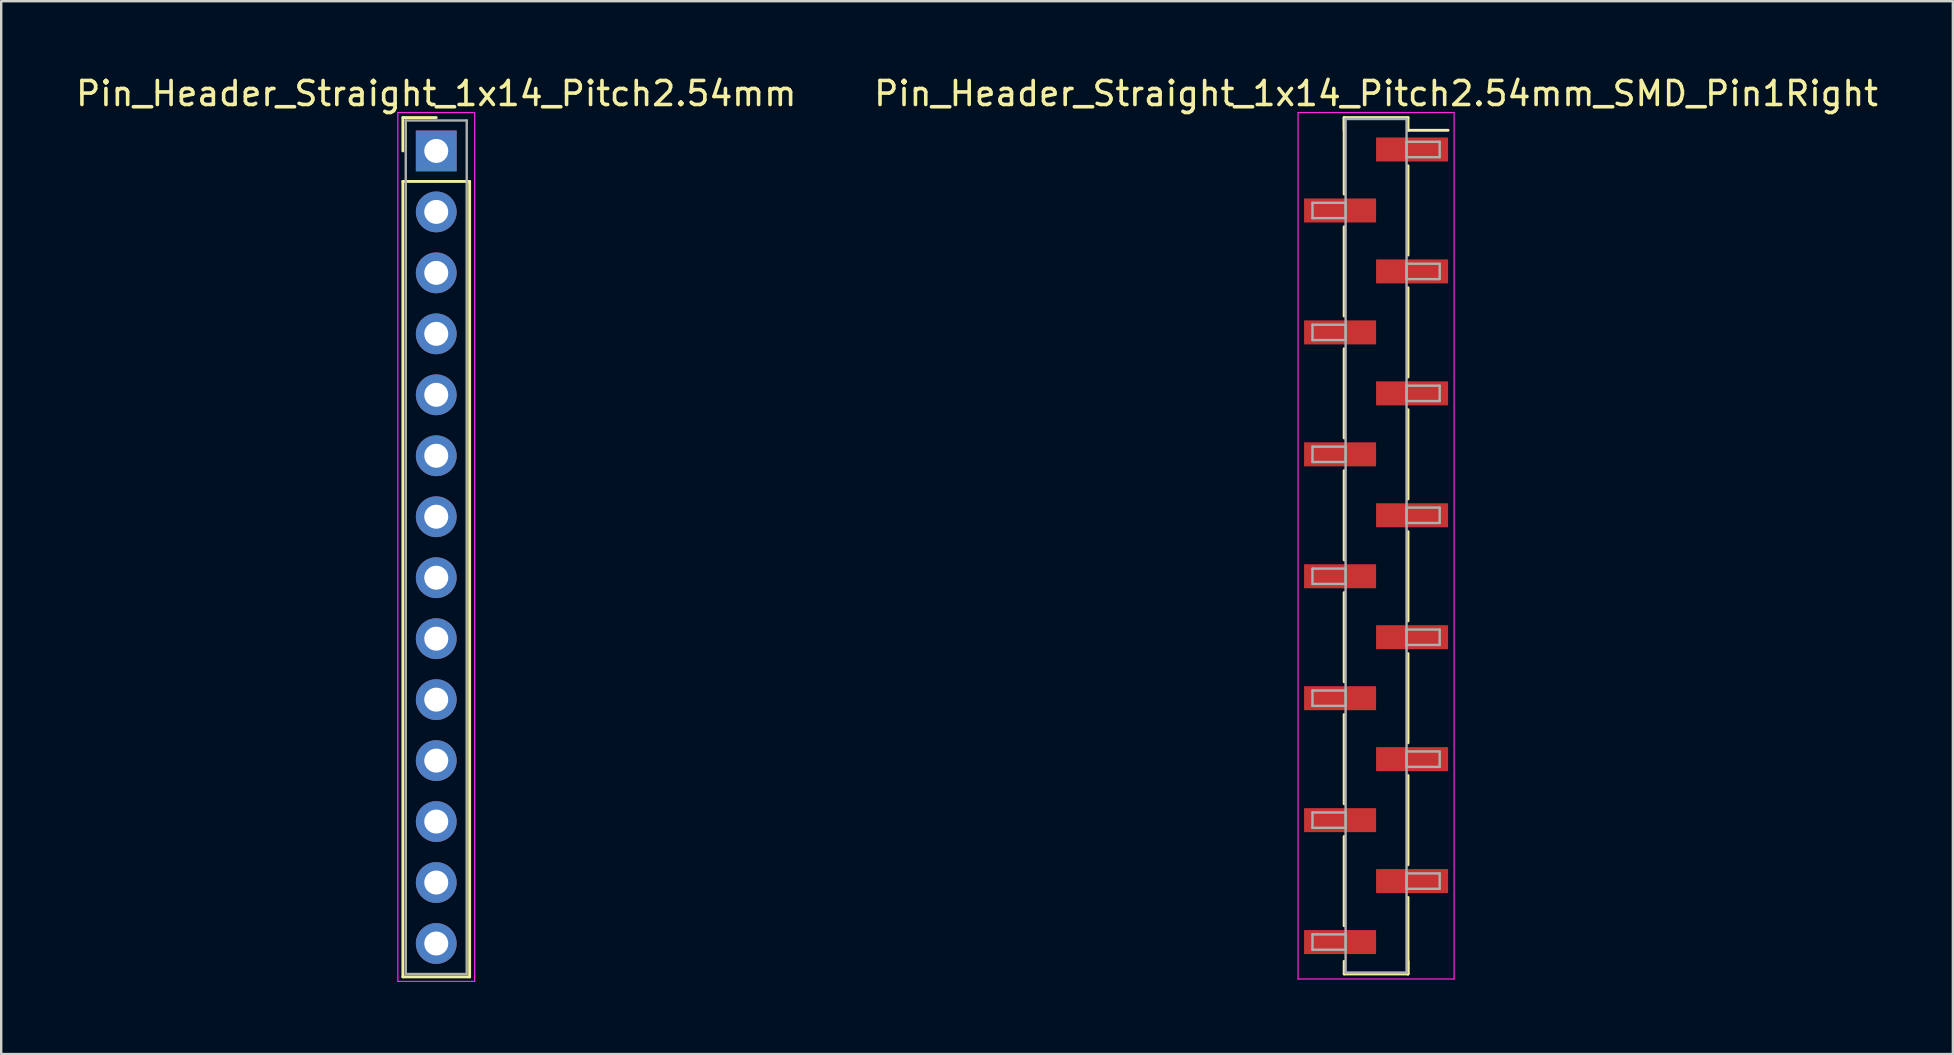
<source format=kicad_pcb>
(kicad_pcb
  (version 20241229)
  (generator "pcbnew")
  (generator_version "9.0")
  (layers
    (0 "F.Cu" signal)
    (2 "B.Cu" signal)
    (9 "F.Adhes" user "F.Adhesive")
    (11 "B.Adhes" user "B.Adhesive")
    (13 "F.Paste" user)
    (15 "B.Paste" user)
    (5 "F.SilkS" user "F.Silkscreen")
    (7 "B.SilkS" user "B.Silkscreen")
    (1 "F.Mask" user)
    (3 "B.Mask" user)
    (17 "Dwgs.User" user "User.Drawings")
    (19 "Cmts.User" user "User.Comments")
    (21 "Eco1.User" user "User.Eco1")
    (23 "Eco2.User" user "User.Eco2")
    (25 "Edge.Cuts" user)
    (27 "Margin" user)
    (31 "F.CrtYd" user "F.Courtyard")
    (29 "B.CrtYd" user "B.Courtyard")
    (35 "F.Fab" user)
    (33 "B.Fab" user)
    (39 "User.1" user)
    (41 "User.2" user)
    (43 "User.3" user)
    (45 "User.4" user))
  (footprint "Pin_Header_Straight_1x14_Pitch2.54mm"
    (layer "F.Cu")
    (at 15.125 3.238)
    (property "Reference" "Pin_Header_Straight_1x14_Pitch2.54mm" (at 0 -2.39 0) (layer "F.SilkS") (effects (font (size 1 1) (thickness 0.15))))
    (attr through_hole)
    (fp_line (start -1.39 -1.39) (end 0 -1.39) (stroke (width 0.12) (type solid)) (layer "F.SilkS"))
    (fp_line (start -1.39 0) (end -1.39 -1.39) (stroke (width 0.12) (type solid)) (layer "F.SilkS"))
    (fp_line (start -1.39 1.27) (end -1.39 34.41) (stroke (width 0.12) (type solid)) (layer "F.SilkS"))
    (fp_line (start -1.39 34.41) (end 1.39 34.41) (stroke (width 0.12) (type solid)) (layer "F.SilkS"))
    (fp_line (start 1.39 1.27) (end -1.39 1.27) (stroke (width 0.12) (type solid)) (layer "F.SilkS"))
    (fp_line (start 1.39 34.41) (end 1.39 1.27) (stroke (width 0.12) (type solid)) (layer "F.SilkS"))
    (fp_line (start -1.6 -1.6) (end -1.6 34.6) (stroke (width 0.05) (type solid)) (layer "F.CrtYd"))
    (fp_line (start -1.6 34.6) (end 1.6 34.6) (stroke (width 0.05) (type solid)) (layer "F.CrtYd"))
    (fp_line (start 1.6 -1.6) (end -1.6 -1.6) (stroke (width 0.05) (type solid)) (layer "F.CrtYd"))
    (fp_line (start 1.6 34.6) (end 1.6 -1.6) (stroke (width 0.05) (type solid)) (layer "F.CrtYd"))
    (fp_line (start -1.27 -1.27) (end -1.27 34.29) (stroke (width 0.1) (type solid)) (layer "F.Fab"))
    (fp_line (start -1.27 34.29) (end 1.27 34.29) (stroke (width 0.1) (type solid)) (layer "F.Fab"))
    (fp_line (start 1.27 -1.27) (end -1.27 -1.27) (stroke (width 0.1) (type solid)) (layer "F.Fab"))
    (fp_line (start 1.27 34.29) (end 1.27 -1.27) (stroke (width 0.1) (type solid)) (layer "F.Fab"))
    (pad "1" thru_hole rect (at 0 0) (size 1.7 1.7) (drill 1) (layers "*.Cu" "*.Mask"))
    (pad "2" thru_hole oval (at 0 2.54) (size 1.7 1.7) (drill 1) (layers "*.Cu" "*.Mask"))
    (pad "3" thru_hole oval (at 0 5.08) (size 1.7 1.7) (drill 1) (layers "*.Cu" "*.Mask"))
    (pad "4" thru_hole oval (at 0 7.62) (size 1.7 1.7) (drill 1) (layers "*.Cu" "*.Mask"))
    (pad "5" thru_hole oval (at 0 10.16) (size 1.7 1.7) (drill 1) (layers "*.Cu" "*.Mask"))
    (pad "6" thru_hole oval (at 0 12.7) (size 1.7 1.7) (drill 1) (layers "*.Cu" "*.Mask"))
    (pad "7" thru_hole oval (at 0 15.24) (size 1.7 1.7) (drill 1) (layers "*.Cu" "*.Mask"))
    (pad "8" thru_hole oval (at 0 17.78) (size 1.7 1.7) (drill 1) (layers "*.Cu" "*.Mask"))
    (pad "9" thru_hole oval (at 0 20.32) (size 1.7 1.7) (drill 1) (layers "*.Cu" "*.Mask"))
    (pad "10" thru_hole oval (at 0 22.86) (size 1.7 1.7) (drill 1) (layers "*.Cu" "*.Mask"))
    (pad "11" thru_hole oval (at 0 25.4) (size 1.7 1.7) (drill 1) (layers "*.Cu" "*.Mask"))
    (pad "12" thru_hole oval (at 0 27.94) (size 1.7 1.7) (drill 1) (layers "*.Cu" "*.Mask"))
    (pad "13" thru_hole oval (at 0 30.48) (size 1.7 1.7) (drill 1) (layers "*.Cu" "*.Mask"))
    (pad "14" thru_hole oval (at 0 33.02) (size 1.7 1.7) (drill 1) (layers "*.Cu" "*.Mask")))
  (footprint "Pin_Header_Straight_1x14_Pitch2.54mm_SMD_Pin1Right"
    (layer "F.Cu")
    (at 54.28 19.688)
    (property "Reference" "Pin_Header_Straight_1x14_Pitch2.54mm_SMD_Pin1Right" (at 0 -18.84 0) (layer "F.SilkS") (effects (font (size 1 1) (thickness 0.15))))
    (attr smd)
    (fp_line (start -1.33 -17.84) (end -1.33 -14.65) (stroke (width 0.12) (type solid)) (layer "F.SilkS"))
    (fp_line (start -1.33 -17.84) (end 1.33 -17.84) (stroke (width 0.12) (type solid)) (layer "F.SilkS"))
    (fp_line (start -1.33 -17.31) (end -1.33 -17.84) (stroke (width 0.12) (type solid)) (layer "F.SilkS"))
    (fp_line (start -1.33 -13.29) (end -1.33 -9.57) (stroke (width 0.12) (type solid)) (layer "F.SilkS"))
    (fp_line (start -1.33 -8.21) (end -1.33 -4.49) (stroke (width 0.12) (type solid)) (layer "F.SilkS"))
    (fp_line (start -1.33 -3.13) (end -1.33 0.59) (stroke (width 0.12) (type solid)) (layer "F.SilkS"))
    (fp_line (start -1.33 1.95) (end -1.33 5.67) (stroke (width 0.12) (type solid)) (layer "F.SilkS"))
    (fp_line (start -1.33 7.03) (end -1.33 10.75) (stroke (width 0.12) (type solid)) (layer "F.SilkS"))
    (fp_line (start -1.33 12.11) (end -1.33 15.83) (stroke (width 0.12) (type solid)) (layer "F.SilkS"))
    (fp_line (start -1.33 17.31) (end -1.33 17.84) (stroke (width 0.12) (type solid)) (layer "F.SilkS"))
    (fp_line (start -1.33 17.84) (end 1.33 17.84) (stroke (width 0.12) (type solid)) (layer "F.SilkS"))
    (fp_line (start 1.33 -17.84) (end 1.33 -17.31) (stroke (width 0.12) (type solid)) (layer "F.SilkS"))
    (fp_line (start 1.33 -17.31) (end 3 -17.31) (stroke (width 0.12) (type solid)) (layer "F.SilkS"))
    (fp_line (start 1.33 -15.83) (end 1.33 -12.11) (stroke (width 0.12) (type solid)) (layer "F.SilkS"))
    (fp_line (start 1.33 -10.75) (end 1.33 -7.03) (stroke (width 0.12) (type solid)) (layer "F.SilkS"))
    (fp_line (start 1.33 -5.67) (end 1.33 -1.95) (stroke (width 0.12) (type solid)) (layer "F.SilkS"))
    (fp_line (start 1.33 -0.59) (end 1.33 3.13) (stroke (width 0.12) (type solid)) (layer "F.SilkS"))
    (fp_line (start 1.33 4.49) (end 1.33 8.21) (stroke (width 0.12) (type solid)) (layer "F.SilkS"))
    (fp_line (start 1.33 9.57) (end 1.33 13.29) (stroke (width 0.12) (type solid)) (layer "F.SilkS"))
    (fp_line (start 1.33 14.65) (end 1.33 17.84) (stroke (width 0.12) (type solid)) (layer "F.SilkS"))
    (fp_line (start 1.33 17.84) (end 1.33 17.31) (stroke (width 0.12) (type solid)) (layer "F.SilkS"))
    (fp_line (start -3.25 -18.05) (end -3.25 18.05) (stroke (width 0.05) (type solid)) (layer "F.CrtYd"))
    (fp_line (start -3.25 18.05) (end 3.25 18.05) (stroke (width 0.05) (type solid)) (layer "F.CrtYd"))
    (fp_line (start 3.25 -18.05) (end -3.25 -18.05) (stroke (width 0.05) (type solid)) (layer "F.CrtYd"))
    (fp_line (start 3.25 18.05) (end 3.25 -18.05) (stroke (width 0.05) (type solid)) (layer "F.CrtYd"))
    (fp_line (start -2.65 -14.29) (end -1.27 -14.29) (stroke (width 0.1) (type solid)) (layer "F.Fab"))
    (fp_line (start -2.65 -13.65) (end -2.65 -14.29) (stroke (width 0.1) (type solid)) (layer "F.Fab"))
    (fp_line (start -2.65 -9.21) (end -1.27 -9.21) (stroke (width 0.1) (type solid)) (layer "F.Fab"))
    (fp_line (start -2.65 -8.57) (end -2.65 -9.21) (stroke (width 0.1) (type solid)) (layer "F.Fab"))
    (fp_line (start -2.65 -4.13) (end -1.27 -4.13) (stroke (width 0.1) (type solid)) (layer "F.Fab"))
    (fp_line (start -2.65 -3.49) (end -2.65 -4.13) (stroke (width 0.1) (type solid)) (layer "F.Fab"))
    (fp_line (start -2.65 0.95) (end -1.27 0.95) (stroke (width 0.1) (type solid)) (layer "F.Fab"))
    (fp_line (start -2.65 1.59) (end -2.65 0.95) (stroke (width 0.1) (type solid)) (layer "F.Fab"))
    (fp_line (start -2.65 6.03) (end -1.27 6.03) (stroke (width 0.1) (type solid)) (layer "F.Fab"))
    (fp_line (start -2.65 6.67) (end -2.65 6.03) (stroke (width 0.1) (type solid)) (layer "F.Fab"))
    (fp_line (start -2.65 11.11) (end -1.27 11.11) (stroke (width 0.1) (type solid)) (layer "F.Fab"))
    (fp_line (start -2.65 11.75) (end -2.65 11.11) (stroke (width 0.1) (type solid)) (layer "F.Fab"))
    (fp_line (start -2.65 16.19) (end -1.27 16.19) (stroke (width 0.1) (type solid)) (layer "F.Fab"))
    (fp_line (start -2.65 16.83) (end -2.65 16.19) (stroke (width 0.1) (type solid)) (layer "F.Fab"))
    (fp_line (start -1.27 -17.78) (end -1.27 17.78) (stroke (width 0.1) (type solid)) (layer "F.Fab"))
    (fp_line (start -1.27 -14.29) (end -1.27 -13.65) (stroke (width 0.1) (type solid)) (layer "F.Fab"))
    (fp_line (start -1.27 -13.65) (end -2.65 -13.65) (stroke (width 0.1) (type solid)) (layer "F.Fab"))
    (fp_line (start -1.27 -9.21) (end -1.27 -8.57) (stroke (width 0.1) (type solid)) (layer "F.Fab"))
    (fp_line (start -1.27 -8.57) (end -2.65 -8.57) (stroke (width 0.1) (type solid)) (layer "F.Fab"))
    (fp_line (start -1.27 -4.13) (end -1.27 -3.49) (stroke (width 0.1) (type solid)) (layer "F.Fab"))
    (fp_line (start -1.27 -3.49) (end -2.65 -3.49) (stroke (width 0.1) (type solid)) (layer "F.Fab"))
    (fp_line (start -1.27 0.95) (end -1.27 1.59) (stroke (width 0.1) (type solid)) (layer "F.Fab"))
    (fp_line (start -1.27 1.59) (end -2.65 1.59) (stroke (width 0.1) (type solid)) (layer "F.Fab"))
    (fp_line (start -1.27 6.03) (end -1.27 6.67) (stroke (width 0.1) (type solid)) (layer "F.Fab"))
    (fp_line (start -1.27 6.67) (end -2.65 6.67) (stroke (width 0.1) (type solid)) (layer "F.Fab"))
    (fp_line (start -1.27 11.11) (end -1.27 11.75) (stroke (width 0.1) (type solid)) (layer "F.Fab"))
    (fp_line (start -1.27 11.75) (end -2.65 11.75) (stroke (width 0.1) (type solid)) (layer "F.Fab"))
    (fp_line (start -1.27 16.19) (end -1.27 16.83) (stroke (width 0.1) (type solid)) (layer "F.Fab"))
    (fp_line (start -1.27 16.83) (end -2.65 16.83) (stroke (width 0.1) (type solid)) (layer "F.Fab"))
    (fp_line (start -1.27 17.78) (end 1.27 17.78) (stroke (width 0.1) (type solid)) (layer "F.Fab"))
    (fp_line (start 1.27 -17.78) (end -1.27 -17.78) (stroke (width 0.1) (type solid)) (layer "F.Fab"))
    (fp_line (start 1.27 -16.83) (end 1.27 -16.19) (stroke (width 0.1) (type solid)) (layer "F.Fab"))
    (fp_line (start 1.27 -16.19) (end 2.65 -16.19) (stroke (width 0.1) (type solid)) (layer "F.Fab"))
    (fp_line (start 1.27 -11.75) (end 1.27 -11.11) (stroke (width 0.1) (type solid)) (layer "F.Fab"))
    (fp_line (start 1.27 -11.11) (end 2.65 -11.11) (stroke (width 0.1) (type solid)) (layer "F.Fab"))
    (fp_line (start 1.27 -6.67) (end 1.27 -6.03) (stroke (width 0.1) (type solid)) (layer "F.Fab"))
    (fp_line (start 1.27 -6.03) (end 2.65 -6.03) (stroke (width 0.1) (type solid)) (layer "F.Fab"))
    (fp_line (start 1.27 -1.59) (end 1.27 -0.95) (stroke (width 0.1) (type solid)) (layer "F.Fab"))
    (fp_line (start 1.27 -0.95) (end 2.65 -0.95) (stroke (width 0.1) (type solid)) (layer "F.Fab"))
    (fp_line (start 1.27 3.49) (end 1.27 4.13) (stroke (width 0.1) (type solid)) (layer "F.Fab"))
    (fp_line (start 1.27 4.13) (end 2.65 4.13) (stroke (width 0.1) (type solid)) (layer "F.Fab"))
    (fp_line (start 1.27 8.57) (end 1.27 9.21) (stroke (width 0.1) (type solid)) (layer "F.Fab"))
    (fp_line (start 1.27 9.21) (end 2.65 9.21) (stroke (width 0.1) (type solid)) (layer "F.Fab"))
    (fp_line (start 1.27 13.65) (end 1.27 14.29) (stroke (width 0.1) (type solid)) (layer "F.Fab"))
    (fp_line (start 1.27 14.29) (end 2.65 14.29) (stroke (width 0.1) (type solid)) (layer "F.Fab"))
    (fp_line (start 1.27 17.78) (end 1.27 -17.78) (stroke (width 0.1) (type solid)) (layer "F.Fab"))
    (fp_line (start 2.65 -16.83) (end 1.27 -16.83) (stroke (width 0.1) (type solid)) (layer "F.Fab"))
    (fp_line (start 2.65 -16.19) (end 2.65 -16.83) (stroke (width 0.1) (type solid)) (layer "F.Fab"))
    (fp_line (start 2.65 -11.75) (end 1.27 -11.75) (stroke (width 0.1) (type solid)) (layer "F.Fab"))
    (fp_line (start 2.65 -11.11) (end 2.65 -11.75) (stroke (width 0.1) (type solid)) (layer "F.Fab"))
    (fp_line (start 2.65 -6.67) (end 1.27 -6.67) (stroke (width 0.1) (type solid)) (layer "F.Fab"))
    (fp_line (start 2.65 -6.03) (end 2.65 -6.67) (stroke (width 0.1) (type solid)) (layer "F.Fab"))
    (fp_line (start 2.65 -1.59) (end 1.27 -1.59) (stroke (width 0.1) (type solid)) (layer "F.Fab"))
    (fp_line (start 2.65 -0.95) (end 2.65 -1.59) (stroke (width 0.1) (type solid)) (layer "F.Fab"))
    (fp_line (start 2.65 3.49) (end 1.27 3.49) (stroke (width 0.1) (type solid)) (layer "F.Fab"))
    (fp_line (start 2.65 4.13) (end 2.65 3.49) (stroke (width 0.1) (type solid)) (layer "F.Fab"))
    (fp_line (start 2.65 8.57) (end 1.27 8.57) (stroke (width 0.1) (type solid)) (layer "F.Fab"))
    (fp_line (start 2.65 9.21) (end 2.65 8.57) (stroke (width 0.1) (type solid)) (layer "F.Fab"))
    (fp_line (start 2.65 13.65) (end 1.27 13.65) (stroke (width 0.1) (type solid)) (layer "F.Fab"))
    (fp_line (start 2.65 14.29) (end 2.65 13.65) (stroke (width 0.1) (type solid)) (layer "F.Fab"))
    (pad "1" smd rect (at 1.5 -16.51) (size 3 1) (layers "F.Cu" "F.Mask"))
    (pad "2" smd rect (at -1.5 -13.97) (size 3 1) (layers "F.Cu" "F.Mask"))
    (pad "3" smd rect (at 1.5 -11.43) (size 3 1) (layers "F.Cu" "F.Mask"))
    (pad "4" smd rect (at -1.5 -8.89) (size 3 1) (layers "F.Cu" "F.Mask"))
    (pad "5" smd rect (at 1.5 -6.35) (size 3 1) (layers "F.Cu" "F.Mask"))
    (pad "6" smd rect (at -1.5 -3.81) (size 3 1) (layers "F.Cu" "F.Mask"))
    (pad "7" smd rect (at 1.5 -1.27) (size 3 1) (layers "F.Cu" "F.Mask"))
    (pad "8" smd rect (at -1.5 1.27) (size 3 1) (layers "F.Cu" "F.Mask"))
    (pad "9" smd rect (at 1.5 3.81) (size 3 1) (layers "F.Cu" "F.Mask"))
    (pad "10" smd rect (at -1.5 6.35) (size 3 1) (layers "F.Cu" "F.Mask"))
    (pad "11" smd rect (at 1.5 8.89) (size 3 1) (layers "F.Cu" "F.Mask"))
    (pad "12" smd rect (at -1.5 11.43) (size 3 1) (layers "F.Cu" "F.Mask"))
    (pad "13" smd rect (at 1.5 13.97) (size 3 1) (layers "F.Cu" "F.Mask"))
    (pad "14" smd rect (at -1.5 16.51) (size 3 1) (layers "F.Cu" "F.Mask")))
  (gr_rect
    (start -3 -3)
    (end 78.31 40.863)
    (stroke (width 0.1) (type default))
    (fill no)
    (layer "Edge.Cuts")))
</source>
